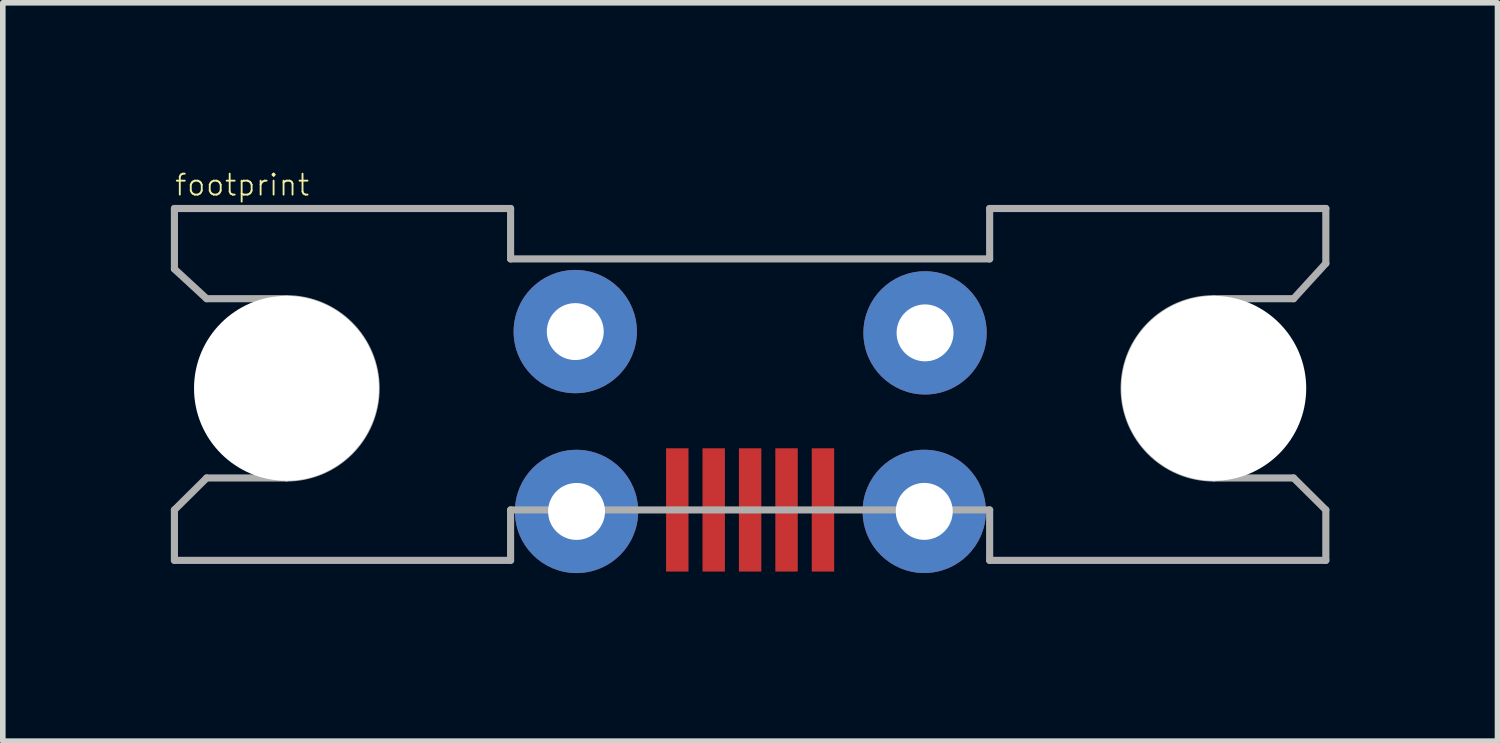
<source format=kicad_pcb>
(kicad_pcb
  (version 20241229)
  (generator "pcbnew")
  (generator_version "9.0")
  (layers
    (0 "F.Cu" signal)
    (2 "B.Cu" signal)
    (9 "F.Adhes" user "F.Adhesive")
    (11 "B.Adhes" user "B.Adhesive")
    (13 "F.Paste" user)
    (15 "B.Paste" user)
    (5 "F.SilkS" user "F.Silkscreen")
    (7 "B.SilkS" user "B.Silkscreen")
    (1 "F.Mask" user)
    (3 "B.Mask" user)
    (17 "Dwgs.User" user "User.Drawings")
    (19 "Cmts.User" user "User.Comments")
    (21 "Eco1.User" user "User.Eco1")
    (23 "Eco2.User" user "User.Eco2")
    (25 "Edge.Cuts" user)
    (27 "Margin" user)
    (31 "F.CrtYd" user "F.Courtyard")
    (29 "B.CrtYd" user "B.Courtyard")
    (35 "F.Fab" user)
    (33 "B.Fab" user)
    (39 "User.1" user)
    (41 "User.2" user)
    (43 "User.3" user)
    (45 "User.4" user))
  (footprint "footprint"
    (layer "F.Cu")
    (at 10.338 6.051)
    (property "Reference" "footprint" (at -10.29 -5.58 0) (layer "F.SilkS") (effects (font (size 0.374 0.374) (thickness 0.033)) (justify left bottom)))
    (fp_line (start -10.275 -5.38) (end -4.275 -5.38) (stroke (width 0.127) (type solid)) (layer "F.Fab"))
    (fp_line (start -10.275 -4.3) (end -10.275 -5.38) (stroke (width 0.127) (type solid)) (layer "F.Fab"))
    (fp_line (start -10.275 0) (end -10.275 0.9) (stroke (width 0.127) (type solid)) (layer "F.Fab"))
    (fp_line (start -10.275 0.9) (end -4.275 0.9) (stroke (width 0.127) (type solid)) (layer "F.Fab"))
    (fp_line (start -9.7 -3.77) (end -10.275 -4.3) (stroke (width 0.127) (type solid)) (layer "F.Fab"))
    (fp_line (start -9.7 -3.77) (end -8.275 -3.77) (stroke (width 0.127) (type solid)) (layer "F.Fab"))
    (fp_line (start -9.7 -0.57) (end -10.275 0) (stroke (width 0.127) (type solid)) (layer "F.Fab"))
    (fp_line (start -9.7 -0.57) (end -8.275 -0.57) (stroke (width 0.127) (type solid)) (layer "F.Fab"))
    (fp_line (start -4.275 -5.38) (end -4.275 -4.48) (stroke (width 0.127) (type solid)) (layer "F.Fab"))
    (fp_line (start -4.275 -4.48) (end 4.275 -4.48) (stroke (width 0.127) (type solid)) (layer "F.Fab"))
    (fp_line (start -4.275 0) (end 4.275 0) (stroke (width 0.127) (type solid)) (layer "F.Fab"))
    (fp_line (start -4.275 0.9) (end -4.275 0) (stroke (width 0.127) (type solid)) (layer "F.Fab"))
    (fp_line (start 4.275 -5.38) (end 4.275 -4.48) (stroke (width 0.127) (type solid)) (layer "F.Fab"))
    (fp_line (start 4.275 0.9) (end 4.275 0) (stroke (width 0.127) (type solid)) (layer "F.Fab"))
    (fp_line (start 9.7 -3.77) (end 8.275 -3.77) (stroke (width 0.127) (type solid)) (layer "F.Fab"))
    (fp_line (start 9.7 -3.77) (end 10.275 -4.4) (stroke (width 0.127) (type solid)) (layer "F.Fab"))
    (fp_line (start 9.7 -0.57) (end 8.275 -0.57) (stroke (width 0.127) (type solid)) (layer "F.Fab"))
    (fp_line (start 9.7 -0.57) (end 10.275 0) (stroke (width 0.127) (type solid)) (layer "F.Fab"))
    (fp_line (start 10.275 -5.38) (end 4.275 -5.38) (stroke (width 0.127) (type solid)) (layer "F.Fab"))
    (fp_line (start 10.275 -4.4) (end 10.275 -5.38) (stroke (width 0.127) (type solid)) (layer "F.Fab"))
    (fp_line (start 10.275 0) (end 10.275 0.9) (stroke (width 0.127) (type solid)) (layer "F.Fab"))
    (fp_line (start 10.275 0.9) (end 4.275 0.9) (stroke (width 0.127) (type solid)) (layer "F.Fab"))
    (fp_arc (start -8.275 -3.77) (mid -6.675 -2.17) (end -8.275 -0.57) (stroke (width 0.127) (type solid)) (layer "F.Fab"))
    (fp_arc (start 8.275 -0.57) (mid 6.675 -2.17) (end 8.275 -3.77) (stroke (width 0.127) (type solid)) (layer "F.Fab"))
    (pad "" np_thru_hole circle (at -8.275 -2.17) (size 3.3 3.3) (drill 3.3) (layers "*.Cu" "*.Mask"))
    (pad "" np_thru_hole circle (at 8.275 -2.17) (size 3.3 3.3) (drill 3.3) (layers "*.Cu" "*.Mask"))
    (pad "1" smd rect (at -1.3 0 90) (size 2.2 0.4) (layers "F.Cu" "F.Mask" "F.Paste"))
    (pad "2" smd rect (at -0.65 0 90) (size 2.2 0.4) (layers "F.Cu" "F.Mask" "F.Paste"))
    (pad "3" smd rect (at 0 0 90) (size 2.2 0.4) (layers "F.Cu" "F.Mask" "F.Paste"))
    (pad "4" smd rect (at 0.65 0 90) (size 2.2 0.4) (layers "F.Cu" "F.Mask" "F.Paste"))
    (pad "5" smd rect (at 1.3 0 90) (size 2.2 0.4) (layers "F.Cu" "F.Mask" "F.Paste"))
    (pad "P$6" thru_hole circle (at -3.121 -3.183 90) (size 2.2 2.2) (drill 1.016) (layers "*.Cu" "*.Mask"))
    (pad "P$7" thru_hole circle (at -3.098 0.027 90) (size 2.2 2.2) (drill 1.016) (layers "*.Cu" "*.Mask"))
    (pad "P$8" thru_hole circle (at 3.122 -3.16 90) (size 2.2 2.2) (drill 1.016) (layers "*.Cu" "*.Mask"))
    (pad "P$9" thru_hole circle (at 3.108 0.026 90) (size 2.2 2.2) (drill 1.016) (layers "*.Cu" "*.Mask")))
  (gr_rect
    (start -3 -3)
    (end 23.677 10.178)
    (stroke (width 0.1) (type default))
    (fill no)
    (layer "Edge.Cuts")))
</source>
